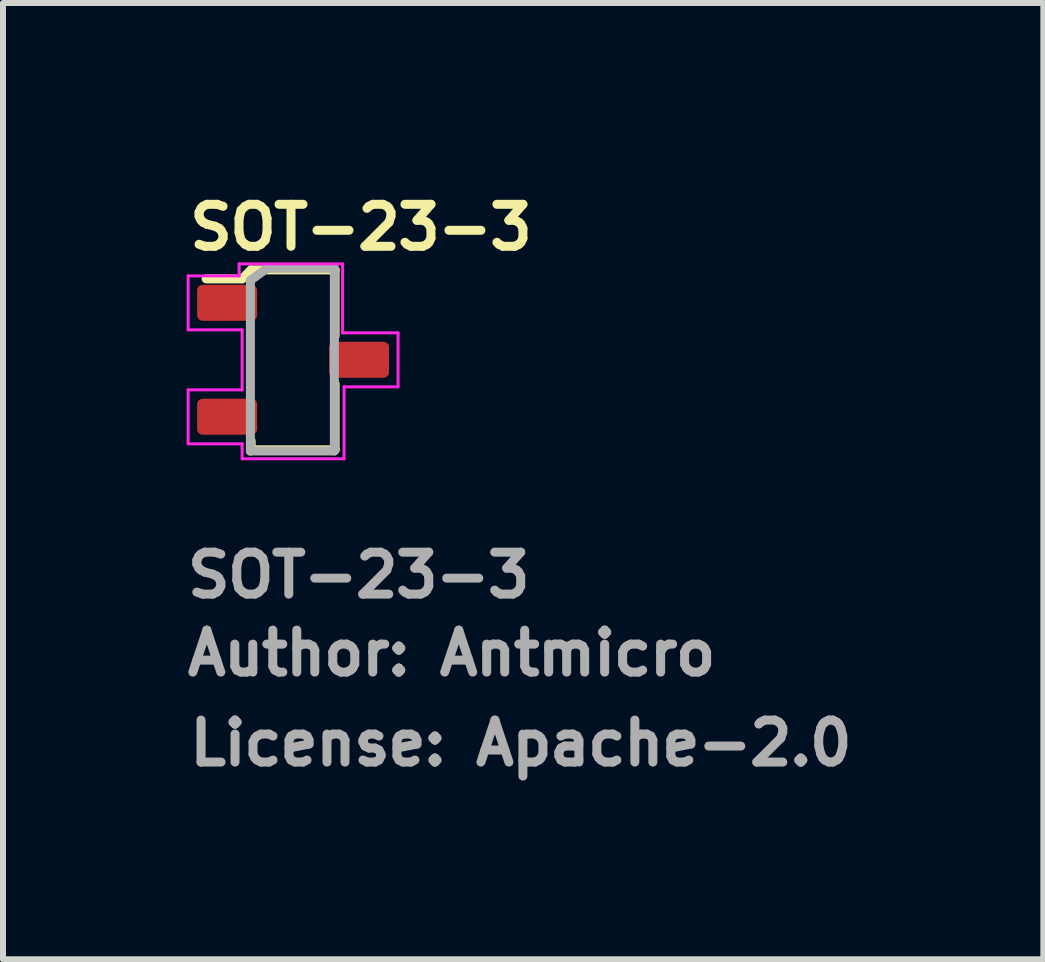
<source format=kicad_pcb>
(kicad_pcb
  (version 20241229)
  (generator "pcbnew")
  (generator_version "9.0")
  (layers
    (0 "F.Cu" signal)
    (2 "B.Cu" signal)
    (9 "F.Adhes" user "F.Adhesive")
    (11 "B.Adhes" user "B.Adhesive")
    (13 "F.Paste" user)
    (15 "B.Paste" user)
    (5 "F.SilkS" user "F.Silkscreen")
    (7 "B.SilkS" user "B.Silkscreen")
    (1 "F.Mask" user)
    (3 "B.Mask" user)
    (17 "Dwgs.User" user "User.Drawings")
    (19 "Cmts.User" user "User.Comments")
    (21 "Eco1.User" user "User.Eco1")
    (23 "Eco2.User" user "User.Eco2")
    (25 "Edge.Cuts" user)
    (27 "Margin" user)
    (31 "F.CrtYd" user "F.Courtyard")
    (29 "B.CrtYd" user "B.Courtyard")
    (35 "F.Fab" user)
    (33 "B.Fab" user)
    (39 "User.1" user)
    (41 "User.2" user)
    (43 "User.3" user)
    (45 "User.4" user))
  (footprint "SOT-23-3"
    (layer "F.Cu")
    (at 1.837 2.95)
    (property "Reference" "SOT-23-3" (at -1.8 -1.8 0) (layer "F.SilkS") (effects (font (size 0.7 0.7) (thickness 0.15)) (justify left bottom)))
    (attr smd)
    (fp_line (start -1.45 -1.35) (end -0.85 -1.35) (stroke (width 0.15) (type solid)) (layer "F.SilkS"))
    (fp_line (start -0.85 -1.35) (end -0.7 -1.5) (stroke (width 0.15) (type solid)) (layer "F.SilkS"))
    (fp_line (start -0.7 1.5) (end -0.7 1.35) (stroke (width 0.15) (type solid)) (layer "F.SilkS"))
    (fp_line (start 0.7 -1.5) (end -0.7 -1.5) (stroke (width 0.15) (type solid)) (layer "F.SilkS"))
    (fp_line (start 0.7 -0.4) (end 0.7 -1.5) (stroke (width 0.15) (type solid)) (layer "F.SilkS"))
    (fp_line (start 0.7 0.4) (end 0.7 1.5) (stroke (width 0.15) (type solid)) (layer "F.SilkS"))
    (fp_line (start 0.7 1.5) (end -0.7 1.5) (stroke (width 0.15) (type solid)) (layer "F.SilkS"))
    (fp_line (start -1.75 -0.5) (end -1.75 -1.4) (stroke (width 0.05) (type solid)) (layer "F.CrtYd"))
    (fp_line (start -1.75 0.5) (end -0.85 0.5) (stroke (width 0.05) (type solid)) (layer "F.CrtYd"))
    (fp_line (start -1.75 1.4) (end -1.75 0.5) (stroke (width 0.05) (type solid)) (layer "F.CrtYd"))
    (fp_line (start -0.9 -1.6) (end -0.9 -1.4) (stroke (width 0.05) (type solid)) (layer "F.CrtYd"))
    (fp_line (start -0.9 -1.6) (end 0.825 -1.6) (stroke (width 0.05) (type solid)) (layer "F.CrtYd"))
    (fp_line (start -0.9 -1.4) (end -1.75 -1.4) (stroke (width 0.05) (type solid)) (layer "F.CrtYd"))
    (fp_line (start -0.85 -0.5) (end -1.75 -0.5) (stroke (width 0.05) (type solid)) (layer "F.CrtYd"))
    (fp_line (start -0.85 0.5) (end -0.85 -0.5) (stroke (width 0.05) (type solid)) (layer "F.CrtYd"))
    (fp_line (start -0.85 1.4) (end -1.75 1.4) (stroke (width 0.05) (type solid)) (layer "F.CrtYd"))
    (fp_line (start -0.85 1.65) (end -0.85 1.4) (stroke (width 0.05) (type solid)) (layer "F.CrtYd"))
    (fp_line (start 0.825 -1.6) (end 0.825 -0.45) (stroke (width 0.05) (type solid)) (layer "F.CrtYd"))
    (fp_line (start 0.825 -0.45) (end 1.75 -0.45) (stroke (width 0.05) (type solid)) (layer "F.CrtYd"))
    (fp_line (start 0.85 0.45) (end 0.85 1.65) (stroke (width 0.05) (type solid)) (layer "F.CrtYd"))
    (fp_line (start 0.85 1.65) (end -0.85 1.65) (stroke (width 0.05) (type solid)) (layer "F.CrtYd"))
    (fp_line (start 1.75 -0.45) (end 1.75 0.45) (stroke (width 0.05) (type solid)) (layer "F.CrtYd"))
    (fp_line (start 1.75 0.45) (end 0.85 0.45) (stroke (width 0.05) (type solid)) (layer "F.CrtYd"))
    (fp_line (start -0.712 -1.325) (end -0.712 1.523) (stroke (width 0.15) (type solid)) (layer "F.Fab"))
    (fp_line (start -0.712 1.519) (end 0.688 1.519) (stroke (width 0.15) (type solid)) (layer "F.Fab"))
    (fp_line (start -0.437 -1.526) (end -0.712 -1.325) (stroke (width 0.15) (type solid)) (layer "F.Fab"))
    (fp_line (start -0.437 -1.526) (end 0.688 -1.526) (stroke (width 0.15) (type solid)) (layer "F.Fab"))
    (fp_line (start 0.688 1.519) (end 0.688 -1.52) (stroke (width 0.15) (type solid)) (layer "F.Fab"))
    (fp_rect (start -1.24 -1.46) (end 1.237 1.459) (stroke (width 0.1) (type solid)) (fill no) (layer "User.5"))
    (fp_line (start -1.237 -1.175) (end -1.237 -0.729) (stroke (width 0.02) (type solid)) (layer "User.9"))
    (fp_line (start -1.237 1.176) (end -1.237 0.731) (stroke (width 0.02) (type solid)) (layer "User.9"))
    (fp_line (start -0.959 -1.175) (end -1.237 -1.175) (stroke (width 0.02) (type solid)) (layer "User.9"))
    (fp_line (start -0.959 -1.175) (end -0.927 -1.175) (stroke (width 0.02) (type solid)) (layer "User.9"))
    (fp_line (start -0.959 -0.729) (end -1.237 -0.729) (stroke (width 0.02) (type solid)) (layer "User.9"))
    (fp_line (start -0.959 -0.729) (end -0.927 -0.729) (stroke (width 0.02) (type solid)) (layer "User.9"))
    (fp_line (start -0.959 0.731) (end -1.237 0.731) (stroke (width 0.02) (type solid)) (layer "User.9"))
    (fp_line (start -0.959 0.731) (end -0.927 0.731) (stroke (width 0.02) (type solid)) (layer "User.9"))
    (fp_line (start -0.959 1.176) (end -1.237 1.176) (stroke (width 0.02) (type solid)) (layer "User.9"))
    (fp_line (start -0.959 1.176) (end -0.927 1.176) (stroke (width 0.02) (type solid)) (layer "User.9"))
    (fp_line (start -0.927 -1.175) (end -0.85 -1.175) (stroke (width 0.02) (type solid)) (layer "User.9"))
    (fp_line (start -0.927 -0.729) (end -0.85 -0.729) (stroke (width 0.02) (type solid)) (layer "User.9"))
    (fp_line (start -0.927 0.731) (end -0.85 0.731) (stroke (width 0.02) (type solid)) (layer "User.9"))
    (fp_line (start -0.927 1.176) (end -0.85 1.176) (stroke (width 0.02) (type solid)) (layer "User.9"))
    (fp_line (start -0.85 -1.175) (end -0.699 -1.175) (stroke (width 0.02) (type solid)) (layer "User.9"))
    (fp_line (start -0.85 -0.729) (end -0.699 -0.729) (stroke (width 0.02) (type solid)) (layer "User.9"))
    (fp_line (start -0.85 0.731) (end -0.699 0.731) (stroke (width 0.02) (type solid)) (layer "User.9"))
    (fp_line (start -0.85 1.176) (end -0.699 1.176) (stroke (width 0.02) (type solid)) (layer "User.9"))
    (fp_line (start -0.699 -1.175) (end -0.633 -1.175) (stroke (width 0.02) (type solid)) (layer "User.9"))
    (fp_line (start -0.699 -0.729) (end -0.633 -0.729) (stroke (width 0.02) (type solid)) (layer "User.9"))
    (fp_line (start -0.699 0.731) (end -0.633 0.731) (stroke (width 0.02) (type solid)) (layer "User.9"))
    (fp_line (start -0.699 1.176) (end -0.633 1.176) (stroke (width 0.02) (type solid)) (layer "User.9"))
    (fp_line (start -0.637 -1.447) (end -0.637 -1.175) (stroke (width 0.02) (type solid)) (layer "User.9"))
    (fp_line (start -0.637 -1.447) (end -0.636 -1.447) (stroke (width 0.02) (type solid)) (layer "User.9"))
    (fp_line (start -0.637 -0.729) (end -0.637 0.731) (stroke (width 0.02) (type solid)) (layer "User.9"))
    (fp_line (start -0.637 1.176) (end -0.637 1.448) (stroke (width 0.02) (type solid)) (layer "User.9"))
    (fp_line (start -0.636 -1.451) (end -0.636 -1.451) (stroke (width 0.02) (type solid)) (layer "User.9"))
    (fp_line (start -0.636 -1.451) (end -0.635 -1.451) (stroke (width 0.02) (type solid)) (layer "User.9"))
    (fp_line (start -0.636 -1.449) (end -0.636 -1.451) (stroke (width 0.02) (type solid)) (layer "User.9"))
    (fp_line (start -0.636 -1.449) (end -0.636 -1.449) (stroke (width 0.02) (type solid)) (layer "User.9"))
    (fp_line (start -0.636 -1.447) (end -0.636 -1.449) (stroke (width 0.02) (type solid)) (layer "User.9"))
    (fp_line (start -0.636 1.45) (end -0.637 1.448) (stroke (width 0.02) (type solid)) (layer "User.9"))
    (fp_line (start -0.636 1.452) (end -0.636 1.45) (stroke (width 0.02) (type solid)) (layer "User.9"))
    (fp_line (start -0.636 1.452) (end -0.636 1.452) (stroke (width 0.02) (type solid)) (layer "User.9"))
    (fp_line (start -0.636 1.452) (end -0.636 1.452) (stroke (width 0.02) (type solid)) (layer "User.9"))
    (fp_line (start -0.636 1.452) (end -0.636 1.452) (stroke (width 0.02) (type solid)) (layer "User.9"))
    (fp_line (start -0.635 -1.453) (end -0.635 -1.453) (stroke (width 0.02) (type solid)) (layer "User.9"))
    (fp_line (start -0.635 -1.453) (end -0.635 -1.453) (stroke (width 0.02) (type solid)) (layer "User.9"))
    (fp_line (start -0.635 -1.453) (end -0.634 -1.453) (stroke (width 0.02) (type solid)) (layer "User.9"))
    (fp_line (start -0.635 -1.451) (end -0.635 -1.453) (stroke (width 0.02) (type solid)) (layer "User.9"))
    (fp_line (start -0.635 1.454) (end -0.636 1.452) (stroke (width 0.02) (type solid)) (layer "User.9"))
    (fp_line (start -0.635 1.454) (end -0.635 1.454) (stroke (width 0.02) (type solid)) (layer "User.9"))
    (fp_line (start -0.635 1.454) (end -0.635 1.454) (stroke (width 0.02) (type solid)) (layer "User.9"))
    (fp_line (start -0.635 1.456) (end -0.635 1.454) (stroke (width 0.02) (type solid)) (layer "User.9"))
    (fp_line (start -0.634 -1.455) (end -0.634 -1.455) (stroke (width 0.02) (type solid)) (layer "User.9"))
    (fp_line (start -0.634 -1.455) (end -0.633 -1.455) (stroke (width 0.02) (type solid)) (layer "User.9"))
    (fp_line (start -0.634 -1.453) (end -0.634 -1.455) (stroke (width 0.02) (type solid)) (layer "User.9"))
    (fp_line (start -0.634 1.456) (end -0.635 1.456) (stroke (width 0.02) (type solid)) (layer "User.9"))
    (fp_line (start -0.634 1.456) (end -0.634 1.456) (stroke (width 0.02) (type solid)) (layer "User.9"))
    (fp_line (start -0.634 1.456) (end -0.634 1.456) (stroke (width 0.02) (type solid)) (layer "User.9"))
    (fp_line (start -0.633 -1.455) (end -0.633 -1.455) (stroke (width 0.02) (type solid)) (layer "User.9"))
    (fp_line (start -0.633 -1.455) (end -0.632 -1.455) (stroke (width 0.02) (type solid)) (layer "User.9"))
    (fp_line (start -0.633 -1.175) (end -0.633 -0.729) (stroke (width 0.02) (type solid)) (layer "User.9"))
    (fp_line (start -0.633 1.176) (end -0.633 0.731) (stroke (width 0.02) (type solid)) (layer "User.9"))
    (fp_line (start -0.633 1.456) (end -0.634 1.456) (stroke (width 0.02) (type solid)) (layer "User.9"))
    (fp_line (start -0.633 1.458) (end -0.633 1.456) (stroke (width 0.02) (type solid)) (layer "User.9"))
    (fp_line (start -0.632 -1.457) (end -0.632 -1.457) (stroke (width 0.02) (type solid)) (layer "User.9"))
    (fp_line (start -0.632 -1.457) (end -0.631 -1.457) (stroke (width 0.02) (type solid)) (layer "User.9"))
    (fp_line (start -0.632 -1.455) (end -0.632 -1.457) (stroke (width 0.02) (type solid)) (layer "User.9"))
    (fp_line (start -0.632 1.458) (end -0.633 1.458) (stroke (width 0.02) (type solid)) (layer "User.9"))
    (fp_line (start -0.632 1.458) (end -0.632 1.458) (stroke (width 0.02) (type solid)) (layer "User.9"))
    (fp_line (start -0.632 1.458) (end -0.632 1.458) (stroke (width 0.02) (type solid)) (layer "User.9"))
    (fp_line (start -0.631 -1.457) (end -0.631 -1.457) (stroke (width 0.02) (type solid)) (layer "User.9"))
    (fp_line (start -0.631 -1.457) (end -0.63 -1.457) (stroke (width 0.02) (type solid)) (layer "User.9"))
    (fp_line (start -0.631 1.458) (end -0.632 1.458) (stroke (width 0.02) (type solid)) (layer "User.9"))
    (fp_line (start -0.631 1.458) (end -0.631 1.458) (stroke (width 0.02) (type solid)) (layer "User.9"))
    (fp_line (start -0.63 -1.457) (end -0.63 -1.457) (stroke (width 0.02) (type solid)) (layer "User.9"))
    (fp_line (start -0.63 -1.457) (end -0.629 -1.457) (stroke (width 0.02) (type solid)) (layer "User.9"))
    (fp_line (start -0.63 1.46) (end -0.631 1.458) (stroke (width 0.02) (type solid)) (layer "User.9"))
    (fp_line (start -0.63 1.46) (end -0.63 1.46) (stroke (width 0.02) (type solid)) (layer "User.9"))
    (fp_line (start -0.629 -1.457) (end -0.629 -1.457) (stroke (width 0.02) (type solid)) (layer "User.9"))
    (fp_line (start -0.629 -1.457) (end -0.628 -1.459) (stroke (width 0.02) (type solid)) (layer "User.9"))
    (fp_line (start -0.629 1.46) (end -0.63 1.46) (stroke (width 0.02) (type solid)) (layer "User.9"))
    (fp_line (start -0.629 1.46) (end -0.629 1.46) (stroke (width 0.02) (type solid)) (layer "User.9"))
    (fp_line (start -0.628 -1.459) (end -0.627 -1.459) (stroke (width 0.02) (type solid)) (layer "User.9"))
    (fp_line (start -0.628 1.46) (end -0.629 1.46) (stroke (width 0.02) (type solid)) (layer "User.9"))
    (fp_line (start -0.627 -1.459) (end -0.627 -1.459) (stroke (width 0.02) (type solid)) (layer "User.9"))
    (fp_line (start -0.627 -1.459) (end -0.625 -1.459) (stroke (width 0.02) (type solid)) (layer "User.9"))
    (fp_line (start -0.627 1.46) (end -0.628 1.46) (stroke (width 0.02) (type solid)) (layer "User.9"))
    (fp_line (start -0.627 1.46) (end -0.627 1.46) (stroke (width 0.02) (type solid)) (layer "User.9"))
    (fp_line (start -0.625 -1.459) (end -0.624 -1.459) (stroke (width 0.02) (type solid)) (layer "User.9"))
    (fp_line (start -0.625 1.46) (end -0.627 1.46) (stroke (width 0.02) (type solid)) (layer "User.9"))
    (fp_line (start -0.624 1.46) (end -0.625 1.46) (stroke (width 0.02) (type solid)) (layer "User.9"))
    (fp_line (start -0.624 1.46) (end 0.651 1.46) (stroke (width 0.02) (type solid)) (layer "User.9"))
    (fp_line (start 0.651 -1.459) (end -0.624 -1.459) (stroke (width 0.02) (type solid)) (layer "User.9"))
    (fp_line (start 0.651 -1.459) (end 0.652 -1.459) (stroke (width 0.02) (type solid)) (layer "User.9"))
    (fp_line (start 0.652 -1.459) (end 0.654 -1.459) (stroke (width 0.02) (type solid)) (layer "User.9"))
    (fp_line (start 0.652 1.46) (end 0.651 1.46) (stroke (width 0.02) (type solid)) (layer "User.9"))
    (fp_line (start 0.654 -1.459) (end 0.654 -1.459) (stroke (width 0.02) (type solid)) (layer "User.9"))
    (fp_line (start 0.654 -1.459) (end 0.655 -1.459) (stroke (width 0.02) (type solid)) (layer "User.9"))
    (fp_line (start 0.654 1.46) (end 0.652 1.46) (stroke (width 0.02) (type solid)) (layer "User.9"))
    (fp_line (start 0.654 1.46) (end 0.654 1.46) (stroke (width 0.02) (type solid)) (layer "User.9"))
    (fp_line (start 0.655 -1.459) (end 0.655 -1.457) (stroke (width 0.02) (type solid)) (layer "User.9"))
    (fp_line (start 0.655 -1.457) (end 0.656 -1.457) (stroke (width 0.02) (type solid)) (layer "User.9"))
    (fp_line (start 0.655 1.46) (end 0.654 1.46) (stroke (width 0.02) (type solid)) (layer "User.9"))
    (fp_line (start 0.655 1.46) (end 0.655 1.46) (stroke (width 0.02) (type solid)) (layer "User.9"))
    (fp_line (start 0.656 -1.457) (end 0.657 -1.457) (stroke (width 0.02) (type solid)) (layer "User.9"))
    (fp_line (start 0.656 1.46) (end 0.655 1.46) (stroke (width 0.02) (type solid)) (layer "User.9"))
    (fp_line (start 0.657 -1.457) (end 0.657 -1.457) (stroke (width 0.02) (type solid)) (layer "User.9"))
    (fp_line (start 0.657 -1.457) (end 0.658 -1.457) (stroke (width 0.02) (type solid)) (layer "User.9"))
    (fp_line (start 0.657 1.46) (end 0.656 1.46) (stroke (width 0.02) (type solid)) (layer "User.9"))
    (fp_line (start 0.657 1.46) (end 0.657 1.46) (stroke (width 0.02) (type solid)) (layer "User.9"))
    (fp_line (start 0.658 -1.457) (end 0.658 -1.457) (stroke (width 0.02) (type solid)) (layer "User.9"))
    (fp_line (start 0.658 -1.457) (end 0.658 -1.457) (stroke (width 0.02) (type solid)) (layer "User.9"))
    (fp_line (start 0.658 -1.457) (end 0.659 -1.457) (stroke (width 0.02) (type solid)) (layer "User.9"))
    (fp_line (start 0.658 1.458) (end 0.657 1.46) (stroke (width 0.02) (type solid)) (layer "User.9"))
    (fp_line (start 0.658 1.458) (end 0.658 1.458) (stroke (width 0.02) (type solid)) (layer "User.9"))
    (fp_line (start 0.658 1.458) (end 0.658 1.458) (stroke (width 0.02) (type solid)) (layer "User.9"))
    (fp_line (start 0.659 -1.457) (end 0.659 -1.455) (stroke (width 0.02) (type solid)) (layer "User.9"))
    (fp_line (start 0.659 -1.455) (end 0.66 -1.455) (stroke (width 0.02) (type solid)) (layer "User.9"))
    (fp_line (start 0.659 1.458) (end 0.658 1.458) (stroke (width 0.02) (type solid)) (layer "User.9"))
    (fp_line (start 0.659 1.458) (end 0.659 1.458) (stroke (width 0.02) (type solid)) (layer "User.9"))
    (fp_line (start 0.66 -1.455) (end 0.66 -1.455) (stroke (width 0.02) (type solid)) (layer "User.9"))
    (fp_line (start 0.66 -1.455) (end 0.66 -1.455) (stroke (width 0.02) (type solid)) (layer "User.9"))
    (fp_line (start 0.66 -1.455) (end 0.661 -1.455) (stroke (width 0.02) (type solid)) (layer "User.9"))
    (fp_line (start 0.66 0.223) (end 0.66 -0.221) (stroke (width 0.02) (type solid)) (layer "User.9"))
    (fp_line (start 0.66 1.456) (end 0.66 1.456) (stroke (width 0.02) (type solid)) (layer "User.9"))
    (fp_line (start 0.66 1.456) (end 0.66 1.458) (stroke (width 0.02) (type solid)) (layer "User.9"))
    (fp_line (start 0.66 1.458) (end 0.659 1.458) (stroke (width 0.02) (type solid)) (layer "User.9"))
    (fp_line (start 0.661 -1.455) (end 0.661 -1.453) (stroke (width 0.02) (type solid)) (layer "User.9"))
    (fp_line (start 0.661 -1.453) (end 0.661 -1.453) (stroke (width 0.02) (type solid)) (layer "User.9"))
    (fp_line (start 0.661 -1.453) (end 0.662 -1.453) (stroke (width 0.02) (type solid)) (layer "User.9"))
    (fp_line (start 0.661 1.456) (end 0.66 1.456) (stroke (width 0.02) (type solid)) (layer "User.9"))
    (fp_line (start 0.661 1.456) (end 0.661 1.456) (stroke (width 0.02) (type solid)) (layer "User.9"))
    (fp_line (start 0.661 1.456) (end 0.661 1.456) (stroke (width 0.02) (type solid)) (layer "User.9"))
    (fp_line (start 0.662 -1.453) (end 0.662 -1.453) (stroke (width 0.02) (type solid)) (layer "User.9"))
    (fp_line (start 0.662 -1.453) (end 0.662 -1.451) (stroke (width 0.02) (type solid)) (layer "User.9"))
    (fp_line (start 0.662 -1.451) (end 0.662 -1.451) (stroke (width 0.02) (type solid)) (layer "User.9"))
    (fp_line (start 0.662 -1.451) (end 0.663 -1.451) (stroke (width 0.02) (type solid)) (layer "User.9"))
    (fp_line (start 0.662 1.452) (end 0.662 1.454) (stroke (width 0.02) (type solid)) (layer "User.9"))
    (fp_line (start 0.662 1.454) (end 0.661 1.456) (stroke (width 0.02) (type solid)) (layer "User.9"))
    (fp_line (start 0.662 1.454) (end 0.662 1.454) (stroke (width 0.02) (type solid)) (layer "User.9"))
    (fp_line (start 0.662 1.454) (end 0.662 1.454) (stroke (width 0.02) (type solid)) (layer "User.9"))
    (fp_line (start 0.663 -1.451) (end 0.663 -1.449) (stroke (width 0.02) (type solid)) (layer "User.9"))
    (fp_line (start 0.663 -1.449) (end 0.663 -1.449) (stroke (width 0.02) (type solid)) (layer "User.9"))
    (fp_line (start 0.663 -1.449) (end 0.663 -1.447) (stroke (width 0.02) (type solid)) (layer "User.9"))
    (fp_line (start 0.663 -1.447) (end 0.663 -1.447) (stroke (width 0.02) (type solid)) (layer "User.9"))
    (fp_line (start 0.663 -0.221) (end 0.663 -1.447) (stroke (width 0.02) (type solid)) (layer "User.9"))
    (fp_line (start 0.663 1.448) (end 0.663 0.223) (stroke (width 0.02) (type solid)) (layer "User.9"))
    (fp_line (start 0.663 1.448) (end 0.663 1.45) (stroke (width 0.02) (type solid)) (layer "User.9"))
    (fp_line (start 0.663 1.45) (end 0.663 1.452) (stroke (width 0.02) (type solid)) (layer "User.9"))
    (fp_line (start 0.663 1.452) (end 0.662 1.452) (stroke (width 0.02) (type solid)) (layer "User.9"))
    (fp_line (start 0.663 1.452) (end 0.663 1.452) (stroke (width 0.02) (type solid)) (layer "User.9"))
    (fp_line (start 0.663 1.452) (end 0.663 1.452) (stroke (width 0.02) (type solid)) (layer "User.9"))
    (fp_line (start 0.724 -0.221) (end 0.66 -0.221) (stroke (width 0.02) (type solid)) (layer "User.9"))
    (fp_line (start 0.724 0.223) (end 0.66 0.223) (stroke (width 0.02) (type solid)) (layer "User.9"))
    (fp_line (start 0.876 -0.221) (end 0.724 -0.221) (stroke (width 0.02) (type solid)) (layer "User.9"))
    (fp_line (start 0.876 0.223) (end 0.724 0.223) (stroke (width 0.02) (type solid)) (layer "User.9"))
    (fp_line (start 0.953 -0.221) (end 0.876 -0.221) (stroke (width 0.02) (type solid)) (layer "User.9"))
    (fp_line (start 0.953 0.223) (end 0.876 0.223) (stroke (width 0.02) (type solid)) (layer "User.9"))
    (fp_line (start 0.985 -0.221) (end 0.953 -0.221) (stroke (width 0.02) (type solid)) (layer "User.9"))
    (fp_line (start 0.985 -0.221) (end 1.24 -0.221) (stroke (width 0.02) (type solid)) (layer "User.9"))
    (fp_line (start 0.985 0.223) (end 0.953 0.223) (stroke (width 0.02) (type solid)) (layer "User.9"))
    (fp_line (start 0.985 0.223) (end 1.24 0.223) (stroke (width 0.02) (type solid)) (layer "User.9"))
    (fp_line (start 1.24 0.223) (end 1.24 -0.221) (stroke (width 0.02) (type solid)) (layer "User.9"))
    (fp_text user "Author: Antmicro" (at -1.837 5.3 0) (layer "F.Fab") (effects (font (size 0.7 0.7) (thickness 0.15)) (justify left bottom)))
    (fp_text user "License: Apache-2.0" (at -1.8 6.8 0) (layer "F.Fab") (effects (font (size 0.7 0.7) (thickness 0.15)) (justify left bottom)))
    (fp_text user "${REFERENCE}" (at -1.837 4 0) (layer "F.Fab") (effects (font (size 0.7 0.7) (thickness 0.15)) (justify left bottom)))
    (pad "1" smd roundrect (at -1.1 -0.951) (size 1 0.6) (layers "F.Cu" "F.Mask" "F.Paste") (roundrect_rratio 0.15))
    (pad "2" smd roundrect (at -1.1 0.949) (size 1 0.6) (layers "F.Cu" "F.Mask" "F.Paste") (roundrect_rratio 0.15))
    (pad "3" smd roundrect (at 1.1 -0.001) (size 1 0.6) (layers "F.Cu" "F.Mask" "F.Paste") (roundrect_rratio 0.15)))
  (gr_rect
    (start -3 -3)
    (end 14.347 12.945)
    (stroke (width 0.1) (type default))
    (fill no)
    (layer "Edge.Cuts")))
</source>
